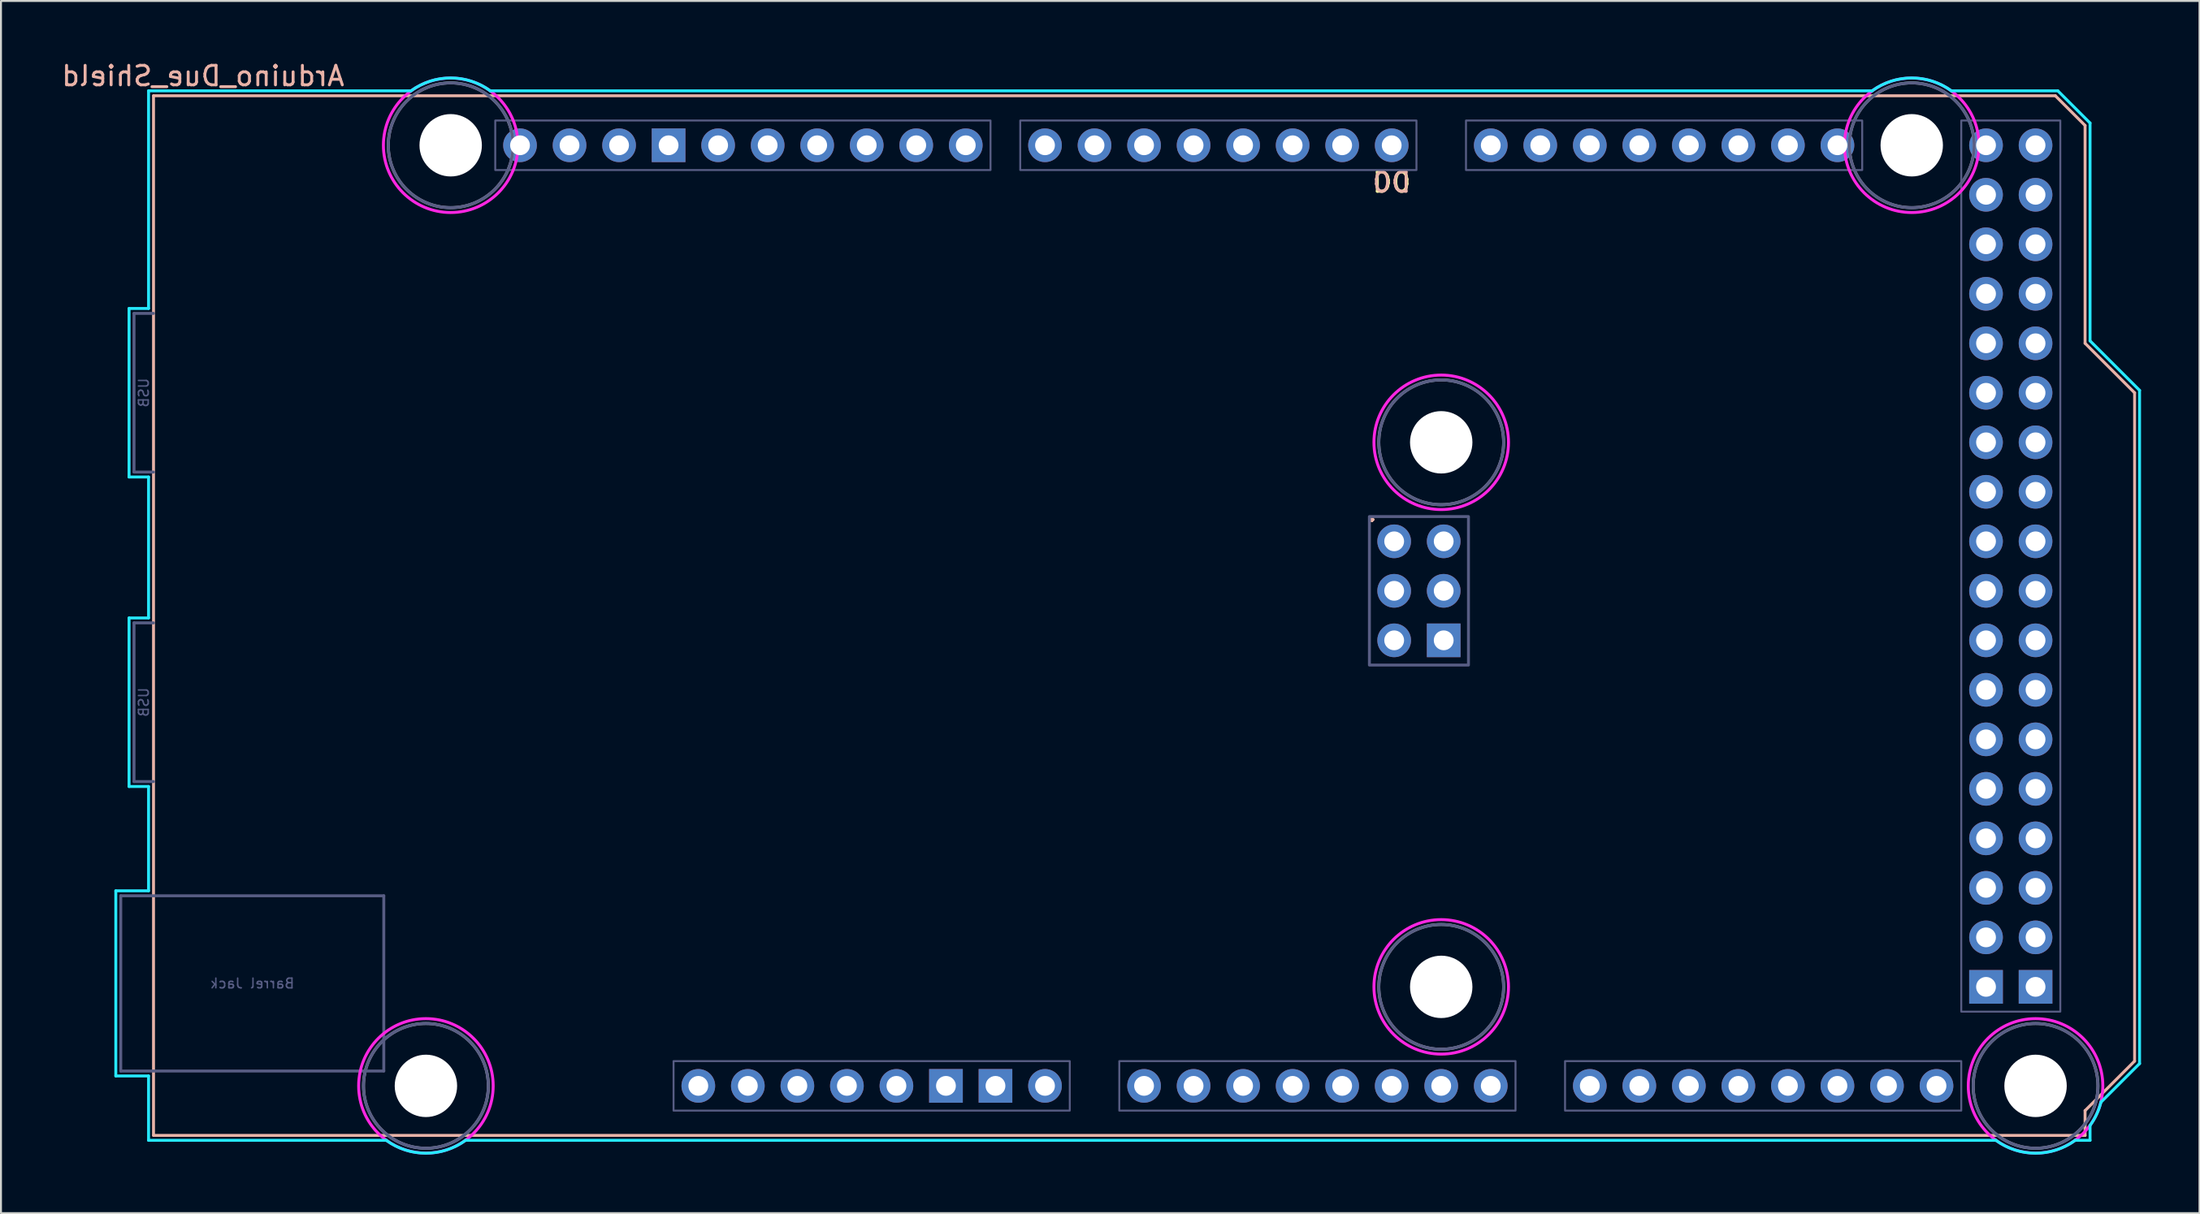
<source format=kicad_pcb>
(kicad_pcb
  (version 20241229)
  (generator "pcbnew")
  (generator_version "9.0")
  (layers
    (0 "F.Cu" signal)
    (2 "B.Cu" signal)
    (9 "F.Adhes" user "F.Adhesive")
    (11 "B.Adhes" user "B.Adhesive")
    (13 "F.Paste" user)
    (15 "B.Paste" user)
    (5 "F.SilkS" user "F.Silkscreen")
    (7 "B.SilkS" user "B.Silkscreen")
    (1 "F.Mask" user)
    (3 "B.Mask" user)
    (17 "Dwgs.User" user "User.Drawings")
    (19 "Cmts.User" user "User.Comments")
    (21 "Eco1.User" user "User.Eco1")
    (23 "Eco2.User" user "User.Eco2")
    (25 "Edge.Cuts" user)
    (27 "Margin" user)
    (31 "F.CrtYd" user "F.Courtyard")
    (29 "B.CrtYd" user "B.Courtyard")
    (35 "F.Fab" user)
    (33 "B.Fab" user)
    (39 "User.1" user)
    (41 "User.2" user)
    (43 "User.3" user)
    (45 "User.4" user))
  (footprint "Arduino_Due_Shield"
    (layer "F.Cu")
    (at 4.823 55.204)
    (property "Reference" "Arduino_Due_Shield" (at 2.54 -54.356 0) (layer "B.SilkS") (effects (font (size 1 1) (thickness 0.15)) (justify mirror)))
    (attr through_hole)
    (fp_line (start 0 -53.34) (end 0 0) (stroke (width 0.15) (type solid)) (layer "B.SilkS"))
    (fp_line (start 0 -53.34) (end 97.536 -53.34) (stroke (width 0.15) (type solid)) (layer "B.SilkS"))
    (fp_line (start 0 0) (end 99.06 0) (stroke (width 0.15) (type solid)) (layer "B.SilkS"))
    (fp_line (start 97.536 -53.34) (end 99.06 -51.816) (stroke (width 0.15) (type solid)) (layer "B.SilkS"))
    (fp_line (start 99.06 -40.64) (end 99.06 -51.816) (stroke (width 0.15) (type solid)) (layer "B.SilkS"))
    (fp_line (start 99.06 -1.27) (end 101.6 -3.81) (stroke (width 0.15) (type solid)) (layer "B.SilkS"))
    (fp_line (start 99.06 0) (end 99.06 -1.27) (stroke (width 0.15) (type solid)) (layer "B.SilkS"))
    (fp_line (start 101.6 -38.1) (end 99.06 -40.64) (stroke (width 0.15) (type solid)) (layer "B.SilkS"))
    (fp_line (start 101.6 -3.81) (end 101.6 -38.1) (stroke (width 0.15) (type solid)) (layer "B.SilkS"))
    (fp_line (start -1.934 -12.548) (end -1.934 -3.049) (stroke (width 0.15) (type solid)) (layer "B.CrtYd"))
    (fp_line (start -1.934 -12.548) (end -0.254 -12.548) (stroke (width 0.15) (type solid)) (layer "B.CrtYd"))
    (fp_line (start -1.934 -3.049) (end -0.254 -3.049) (stroke (width 0.15) (type solid)) (layer "B.CrtYd"))
    (fp_line (start -1.254 -42.428) (end -0.254 -42.428) (stroke (width 0.15) (type solid)) (layer "B.CrtYd"))
    (fp_line (start -1.254 -33.78) (end -1.254 -42.428) (stroke (width 0.15) (type solid)) (layer "B.CrtYd"))
    (fp_line (start -1.254 -33.78) (end -0.254 -33.78) (stroke (width 0.15) (type solid)) (layer "B.CrtYd"))
    (fp_line (start -1.254 -26.548) (end -0.254 -26.548) (stroke (width 0.15) (type solid)) (layer "B.CrtYd"))
    (fp_line (start -1.254 -17.9) (end -1.254 -26.548) (stroke (width 0.15) (type solid)) (layer "B.CrtYd"))
    (fp_line (start -1.254 -17.9) (end -0.254 -17.9) (stroke (width 0.15) (type solid)) (layer "B.CrtYd"))
    (fp_line (start -0.254 -53.594) (end -0.254 -42.428) (stroke (width 0.15) (type solid)) (layer "B.CrtYd"))
    (fp_line (start -0.254 -33.78) (end -0.254 -26.548) (stroke (width 0.15) (type solid)) (layer "B.CrtYd"))
    (fp_line (start -0.254 -17.9) (end -0.254 -12.548) (stroke (width 0.15) (type solid)) (layer "B.CrtYd"))
    (fp_line (start -0.254 -3.049) (end -0.254 0.254) (stroke (width 0.15) (type solid)) (layer "B.CrtYd"))
    (fp_line (start 11.938 0.254) (end -0.254 0.254) (stroke (width 0.15) (type solid)) (layer "B.CrtYd"))
    (fp_line (start 13.208 -53.594) (end -0.254 -53.594) (stroke (width 0.15) (type solid)) (layer "B.CrtYd"))
    (fp_line (start 16.002 0.254) (end 94.488 0.254) (stroke (width 0.15) (type solid)) (layer "B.CrtYd"))
    (fp_line (start 17.272 -53.594) (end 88.138 -53.594) (stroke (width 0.15) (type solid)) (layer "B.CrtYd"))
    (fp_line (start 97.663 -53.594) (end 92.202 -53.594) (stroke (width 0.15) (type solid)) (layer "B.CrtYd"))
    (fp_line (start 97.663 -53.594) (end 99.314 -51.943) (stroke (width 0.15) (type solid)) (layer "B.CrtYd"))
    (fp_line (start 99.314 -40.767) (end 99.314 -51.943) (stroke (width 0.15) (type solid)) (layer "B.CrtYd"))
    (fp_line (start 99.314 0.254) (end 98.552 0.254) (stroke (width 0.15) (type solid)) (layer "B.CrtYd"))
    (fp_line (start 99.314 0.254) (end 99.314 -0.508) (stroke (width 0.15) (type solid)) (layer "B.CrtYd"))
    (fp_line (start 99.873 -1.702) (end 101.854 -3.683) (stroke (width 0.15) (type solid)) (layer "B.CrtYd"))
    (fp_line (start 101.854 -38.227) (end 99.314 -40.767) (stroke (width 0.15) (type solid)) (layer "B.CrtYd"))
    (fp_line (start 101.854 -3.683) (end 101.854 -38.227) (stroke (width 0.15) (type solid)) (layer "B.CrtYd"))
    (fp_arc (start 13.208 -53.594) (mid 15.24 -54.254237) (end 17.272 -53.594) (stroke (width 0.15) (type solid)) (layer "B.CrtYd"))
    (fp_arc (start 16.002 0.254) (mid 13.97 0.914237) (end 11.938 0.254) (stroke (width 0.15) (type solid)) (layer "B.CrtYd"))
    (fp_arc (start 88.138 -53.594) (mid 90.17 -54.254237) (end 92.202 -53.594) (stroke (width 0.15) (type solid)) (layer "B.CrtYd"))
    (fp_arc (start 98.552 0.254) (mid 96.52 0.914237) (end 94.488 0.254) (stroke (width 0.15) (type solid)) (layer "B.CrtYd"))
    (fp_arc (start 99.8728 -1.7018) (mid 99.650917 -1.077977) (end 99.314 -0.508) (stroke (width 0.15) (type solid)) (layer "B.CrtYd"))
    (fp_circle (center 13.97 -2.54) (end 17.42 -2.54) (stroke (width 0.15) (type solid)) (fill no) (layer "F.CrtYd"))
    (fp_circle (center 15.24 -50.8) (end 18.69 -50.8) (stroke (width 0.15) (type solid)) (fill no) (layer "F.CrtYd"))
    (fp_circle (center 66.04 -35.56) (end 69.49 -35.56) (stroke (width 0.15) (type solid)) (fill no) (layer "F.CrtYd"))
    (fp_circle (center 66.04 -7.62) (end 69.49 -7.62) (stroke (width 0.15) (type solid)) (fill no) (layer "F.CrtYd"))
    (fp_circle (center 90.17 -50.8) (end 93.62 -50.8) (stroke (width 0.15) (type solid)) (fill no) (layer "F.CrtYd"))
    (fp_circle (center 96.52 -2.54) (end 99.97 -2.54) (stroke (width 0.15) (type solid)) (fill no) (layer "F.CrtYd"))
    (fp_line (start -1.68 -12.294) (end -1.68 -3.303) (stroke (width 0.15) (type solid)) (layer "B.Fab"))
    (fp_line (start -1.68 -12.294) (end 11.81 -12.294) (stroke (width 0.15) (type solid)) (layer "B.Fab"))
    (fp_line (start -1.68 -3.303) (end 11.81 -3.303) (stroke (width 0.15) (type solid)) (layer "B.Fab"))
    (fp_line (start -1 -42.174) (end 0 -42.174) (stroke (width 0.15) (type solid)) (layer "B.Fab"))
    (fp_line (start -1 -34.034) (end -1 -42.174) (stroke (width 0.15) (type solid)) (layer "B.Fab"))
    (fp_line (start -1 -26.294) (end 0 -26.294) (stroke (width 0.15) (type solid)) (layer "B.Fab"))
    (fp_line (start -1 -18.154) (end -1 -26.294) (stroke (width 0.15) (type solid)) (layer "B.Fab"))
    (fp_line (start 0 -34.034) (end -1 -34.034) (stroke (width 0.15) (type solid)) (layer "B.Fab"))
    (fp_line (start 0 -18.154) (end -1 -18.154) (stroke (width 0.15) (type solid)) (layer "B.Fab"))
    (fp_line (start 11.81 -12.294) (end 11.81 -3.303) (stroke (width 0.15) (type solid)) (layer "B.Fab"))
    (fp_rect (start 17.526 -52.07) (end 42.926 -49.53) (stroke (width 0.1) (type solid)) (fill no) (layer "B.Fab"))
    (fp_rect (start 26.67 -3.81) (end 46.99 -1.27) (stroke (width 0.1) (type solid)) (fill no) (layer "B.Fab"))
    (fp_rect (start 44.45 -52.07) (end 64.77 -49.53) (stroke (width 0.1) (type solid)) (fill no) (layer "B.Fab"))
    (fp_rect (start 49.53 -3.81) (end 69.85 -1.27) (stroke (width 0.1) (type solid)) (fill no) (layer "B.Fab"))
    (fp_rect (start 62.357 -31.75) (end 67.437 -24.13) (stroke (width 0.15) (type solid)) (fill no) (layer "B.Fab"))
    (fp_rect (start 67.31 -52.07) (end 87.63 -49.53) (stroke (width 0.1) (type solid)) (fill no) (layer "B.Fab"))
    (fp_rect (start 72.39 -3.81) (end 92.71 -1.27) (stroke (width 0.1) (type solid)) (fill no) (layer "B.Fab"))
    (fp_rect (start 92.71 -52.07) (end 97.79 -6.35) (stroke (width 0.1) (type solid)) (fill no) (layer "B.Fab"))
    (fp_circle (center 13.97 -2.54) (end 17.17 -2.54) (stroke (width 0.15) (type solid)) (fill no) (layer "B.Fab"))
    (fp_circle (center 15.24 -50.8) (end 18.44 -50.8) (stroke (width 0.15) (type solid)) (fill no) (layer "B.Fab"))
    (fp_circle (center 66.04 -35.56) (end 69.24 -35.56) (stroke (width 0.15) (type solid)) (fill no) (layer "B.Fab"))
    (fp_circle (center 66.04 -7.62) (end 69.24 -7.62) (stroke (width 0.15) (type solid)) (fill no) (layer "B.Fab"))
    (fp_circle (center 90.17 -50.8) (end 93.37 -50.8) (stroke (width 0.15) (type solid)) (fill no) (layer "B.Fab"))
    (fp_circle (center 96.52 -2.54) (end 99.72 -2.54) (stroke (width 0.15) (type solid)) (fill no) (layer "B.Fab"))
    (fp_circle (center 13.97 -2.54) (end 17.17 -2.54) (stroke (width 0.15) (type solid)) (fill no) (layer "F.Fab"))
    (fp_circle (center 15.24 -50.8) (end 18.44 -50.8) (stroke (width 0.15) (type solid)) (fill no) (layer "F.Fab"))
    (fp_circle (center 66.04 -35.56) (end 69.24 -35.56) (stroke (width 0.15) (type solid)) (fill no) (layer "F.Fab"))
    (fp_circle (center 66.04 -7.62) (end 69.24 -7.62) (stroke (width 0.15) (type solid)) (fill no) (layer "F.Fab"))
    (fp_circle (center 90.17 -50.8) (end 93.37 -50.8) (stroke (width 0.15) (type solid)) (fill no) (layer "F.Fab"))
    (fp_circle (center 96.52 -2.54) (end 99.72 -2.54) (stroke (width 0.15) (type solid)) (fill no) (layer "F.Fab"))
    (fp_text user "D0" (at 63.5 -48.895 0) (unlocked yes) (layer "F.SilkS") (effects (font (size 1 1) (thickness 0.15))))
    (fp_text user "." (at 62.484 -32.004 0) (layer "F.SilkS") (effects (font (size 1 1) (thickness 0.15))))
    (fp_text user "D0" (at 63.5 -48.895 0) (unlocked yes) (layer "B.SilkS") (effects (font (size 1 1) (thickness 0.15)) (justify mirror)))
    (fp_text user "." (at 62.484 -32.004 0) (layer "B.SilkS") (effects (font (size 1 1) (thickness 0.15))))
    (fp_text user "Barrel Jack" (at 5.065 -7.798 0) (layer "B.Fab") (effects (font (size 0.5 0.5) (thickness 0.075)) (justify mirror)))
    (fp_text user "USB" (at -0.5 -38.104 270) (layer "B.Fab") (effects (font (size 0.5 0.5) (thickness 0.075)) (justify mirror)))
    (fp_text user "USB" (at -0.5 -22.224 270) (layer "B.Fab") (effects (font (size 0.5 0.5) (thickness 0.075)) (justify mirror)))
    (pad "" np_thru_hole circle (at 13.97 -2.54) (size 3.2 3.2) (drill 3.2) (layers "*.Cu" "*.Mask"))
    (pad "" np_thru_hole circle (at 15.24 -50.8) (size 3.2 3.2) (drill 3.2) (layers "*.Cu" "*.Mask"))
    (pad "" thru_hole oval (at 27.94 -2.54) (size 1.727 1.727) (drill 1.016) (layers "*.Cu" "*.Mask"))
    (pad "" np_thru_hole circle (at 66.04 -35.56) (size 3.2 3.2) (drill 3.2) (layers "*.Cu" "*.Mask"))
    (pad "" np_thru_hole circle (at 66.04 -7.62) (size 3.2 3.2) (drill 3.2) (layers "*.Cu" "*.Mask"))
    (pad "" np_thru_hole circle (at 90.17 -50.8) (size 3.2 3.2) (drill 3.2) (layers "*.Cu" "*.Mask"))
    (pad "" np_thru_hole circle (at 96.52 -2.54) (size 3.2 3.2) (drill 3.2) (layers "*.Cu" "*.Mask"))
    (pad "3V3" thru_hole oval (at 35.56 -2.54) (size 1.727 1.727) (drill 1.016) (layers "*.Cu" "*.Mask"))
    (pad "5V1" thru_hole oval (at 38.1 -2.54) (size 1.727 1.727) (drill 1.016) (layers "*.Cu" "*.Mask"))
    (pad "5V2" thru_hole oval (at 66.167 -30.48) (size 1.727 1.727) (drill 1.016) (layers "*.Cu" "*.Mask"))
    (pad "5V3" thru_hole oval (at 93.98 -50.8) (size 1.727 1.727) (drill 1.016) (layers "*.Cu" "*.Mask"))
    (pad "5V4" thru_hole oval (at 96.52 -50.8) (size 1.727 1.727) (drill 1.016) (layers "*.Cu" "*.Mask"))
    (pad "A0" thru_hole oval (at 50.8 -2.54) (size 1.727 1.727) (drill 1.016) (layers "*.Cu" "*.Mask"))
    (pad "A1" thru_hole oval (at 53.34 -2.54) (size 1.727 1.727) (drill 1.016) (layers "*.Cu" "*.Mask"))
    (pad "A2" thru_hole oval (at 55.88 -2.54) (size 1.727 1.727) (drill 1.016) (layers "*.Cu" "*.Mask"))
    (pad "A3" thru_hole oval (at 58.42 -2.54) (size 1.727 1.727) (drill 1.016) (layers "*.Cu" "*.Mask"))
    (pad "A4" thru_hole oval (at 60.96 -2.54) (size 1.727 1.727) (drill 1.016) (layers "*.Cu" "*.Mask"))
    (pad "A5" thru_hole oval (at 63.5 -2.54) (size 1.727 1.727) (drill 1.016) (layers "*.Cu" "*.Mask"))
    (pad "A6" thru_hole oval (at 66.04 -2.54) (size 1.727 1.727) (drill 1.016) (layers "*.Cu" "*.Mask"))
    (pad "A7" thru_hole oval (at 68.58 -2.54) (size 1.727 1.727) (drill 1.016) (layers "*.Cu" "*.Mask"))
    (pad "A8" thru_hole oval (at 73.66 -2.54) (size 1.727 1.727) (drill 1.016) (layers "*.Cu" "*.Mask"))
    (pad "A9" thru_hole oval (at 76.2 -2.54) (size 1.727 1.727) (drill 1.016) (layers "*.Cu" "*.Mask"))
    (pad "A10" thru_hole oval (at 78.74 -2.54) (size 1.727 1.727) (drill 1.016) (layers "*.Cu" "*.Mask"))
    (pad "A11" thru_hole oval (at 81.28 -2.54) (size 1.727 1.727) (drill 1.016) (layers "*.Cu" "*.Mask"))
    (pad "AREF" thru_hole oval (at 23.876 -50.8) (size 1.727 1.727) (drill 1.016) (layers "*.Cu" "*.Mask"))
    (pad "CANR" thru_hole oval (at 88.9 -2.54) (size 1.727 1.727) (drill 1.016) (layers "*.Cu" "*.Mask"))
    (pad "CANT" thru_hole oval (at 91.44 -2.54) (size 1.727 1.727) (drill 1.016) (layers "*.Cu" "*.Mask"))
    (pad "D0" thru_hole oval (at 63.5 -50.8) (size 1.727 1.727) (drill 1.016) (layers "*.Cu" "*.Mask"))
    (pad "D1" thru_hole oval (at 60.96 -50.8) (size 1.727 1.727) (drill 1.016) (layers "*.Cu" "*.Mask"))
    (pad "D2" thru_hole oval (at 58.42 -50.8) (size 1.727 1.727) (drill 1.016) (layers "*.Cu" "*.Mask"))
    (pad "D3" thru_hole oval (at 55.88 -50.8) (size 1.727 1.727) (drill 1.016) (layers "*.Cu" "*.Mask"))
    (pad "D4" thru_hole oval (at 53.34 -50.8) (size 1.727 1.727) (drill 1.016) (layers "*.Cu" "*.Mask"))
    (pad "D5" thru_hole oval (at 50.8 -50.8) (size 1.727 1.727) (drill 1.016) (layers "*.Cu" "*.Mask"))
    (pad "D6" thru_hole oval (at 48.26 -50.8) (size 1.727 1.727) (drill 1.016) (layers "*.Cu" "*.Mask"))
    (pad "D7" thru_hole oval (at 45.72 -50.8) (size 1.727 1.727) (drill 1.016) (layers "*.Cu" "*.Mask"))
    (pad "D8" thru_hole oval (at 41.656 -50.8) (size 1.727 1.727) (drill 1.016) (layers "*.Cu" "*.Mask"))
    (pad "D9" thru_hole oval (at 39.116 -50.8) (size 1.727 1.727) (drill 1.016) (layers "*.Cu" "*.Mask"))
    (pad "D10" thru_hole oval (at 36.576 -50.8) (size 1.727 1.727) (drill 1.016) (layers "*.Cu" "*.Mask"))
    (pad "D11" thru_hole oval (at 34.036 -50.8) (size 1.727 1.727) (drill 1.016) (layers "*.Cu" "*.Mask"))
    (pad "D12" thru_hole oval (at 31.496 -50.8) (size 1.727 1.727) (drill 1.016) (layers "*.Cu" "*.Mask"))
    (pad "D13" thru_hole oval (at 28.956 -50.8) (size 1.727 1.727) (drill 1.016) (layers "*.Cu" "*.Mask"))
    (pad "D14" thru_hole oval (at 68.58 -50.8) (size 1.727 1.727) (drill 1.016) (layers "*.Cu" "*.Mask"))
    (pad "D15" thru_hole oval (at 71.12 -50.8) (size 1.727 1.727) (drill 1.016) (layers "*.Cu" "*.Mask"))
    (pad "D16" thru_hole oval (at 73.66 -50.8) (size 1.727 1.727) (drill 1.016) (layers "*.Cu" "*.Mask"))
    (pad "D17" thru_hole oval (at 76.2 -50.8) (size 1.727 1.727) (drill 1.016) (layers "*.Cu" "*.Mask"))
    (pad "D18" thru_hole oval (at 78.74 -50.8) (size 1.727 1.727) (drill 1.016) (layers "*.Cu" "*.Mask"))
    (pad "D19" thru_hole oval (at 81.28 -50.8) (size 1.727 1.727) (drill 1.016) (layers "*.Cu" "*.Mask"))
    (pad "D20" thru_hole oval (at 83.82 -50.8) (size 1.727 1.727) (drill 1.016) (layers "*.Cu" "*.Mask"))
    (pad "D21" thru_hole oval (at 86.36 -50.8) (size 1.727 1.727) (drill 1.016) (layers "*.Cu" "*.Mask"))
    (pad "D22" thru_hole oval (at 93.98 -48.26) (size 1.727 1.727) (drill 1.016) (layers "*.Cu" "*.Mask"))
    (pad "D23" thru_hole oval (at 96.52 -48.26) (size 1.727 1.727) (drill 1.016) (layers "*.Cu" "*.Mask"))
    (pad "D24" thru_hole oval (at 93.98 -45.72) (size 1.727 1.727) (drill 1.016) (layers "*.Cu" "*.Mask"))
    (pad "D25" thru_hole oval (at 96.52 -45.72) (size 1.727 1.727) (drill 1.016) (layers "*.Cu" "*.Mask"))
    (pad "D26" thru_hole oval (at 93.98 -43.18) (size 1.727 1.727) (drill 1.016) (layers "*.Cu" "*.Mask"))
    (pad "D27" thru_hole oval (at 96.52 -43.18) (size 1.727 1.727) (drill 1.016) (layers "*.Cu" "*.Mask"))
    (pad "D28" thru_hole oval (at 93.98 -40.64) (size 1.727 1.727) (drill 1.016) (layers "*.Cu" "*.Mask"))
    (pad "D29" thru_hole oval (at 96.52 -40.64) (size 1.727 1.727) (drill 1.016) (layers "*.Cu" "*.Mask"))
    (pad "D30" thru_hole oval (at 93.98 -38.1) (size 1.727 1.727) (drill 1.016) (layers "*.Cu" "*.Mask"))
    (pad "D31" thru_hole oval (at 96.52 -38.1) (size 1.727 1.727) (drill 1.016) (layers "*.Cu" "*.Mask"))
    (pad "D32" thru_hole oval (at 93.98 -35.56) (size 1.727 1.727) (drill 1.016) (layers "*.Cu" "*.Mask"))
    (pad "D33" thru_hole oval (at 96.52 -35.56) (size 1.727 1.727) (drill 1.016) (layers "*.Cu" "*.Mask"))
    (pad "D34" thru_hole oval (at 93.98 -33.02) (size 1.727 1.727) (drill 1.016) (layers "*.Cu" "*.Mask"))
    (pad "D35" thru_hole oval (at 96.52 -33.02) (size 1.727 1.727) (drill 1.016) (layers "*.Cu" "*.Mask"))
    (pad "D36" thru_hole oval (at 93.98 -30.48) (size 1.727 1.727) (drill 1.016) (layers "*.Cu" "*.Mask"))
    (pad "D37" thru_hole oval (at 96.52 -30.48) (size 1.727 1.727) (drill 1.016) (layers "*.Cu" "*.Mask"))
    (pad "D38" thru_hole oval (at 93.98 -27.94) (size 1.727 1.727) (drill 1.016) (layers "*.Cu" "*.Mask"))
    (pad "D39" thru_hole oval (at 96.52 -27.94) (size 1.727 1.727) (drill 1.016) (layers "*.Cu" "*.Mask"))
    (pad "D40" thru_hole oval (at 93.98 -25.4) (size 1.727 1.727) (drill 1.016) (layers "*.Cu" "*.Mask"))
    (pad "D41" thru_hole oval (at 96.52 -25.4) (size 1.727 1.727) (drill 1.016) (layers "*.Cu" "*.Mask"))
    (pad "D42" thru_hole oval (at 93.98 -22.86) (size 1.727 1.727) (drill 1.016) (layers "*.Cu" "*.Mask"))
    (pad "D43" thru_hole oval (at 96.52 -22.86) (size 1.727 1.727) (drill 1.016) (layers "*.Cu" "*.Mask"))
    (pad "D44" thru_hole oval (at 93.98 -20.32) (size 1.727 1.727) (drill 1.016) (layers "*.Cu" "*.Mask"))
    (pad "D45" thru_hole oval (at 96.52 -20.32) (size 1.727 1.727) (drill 1.016) (layers "*.Cu" "*.Mask"))
    (pad "D46" thru_hole oval (at 93.98 -17.78) (size 1.727 1.727) (drill 1.016) (layers "*.Cu" "*.Mask"))
    (pad "D47" thru_hole oval (at 96.52 -17.78) (size 1.727 1.727) (drill 1.016) (layers "*.Cu" "*.Mask"))
    (pad "D48" thru_hole oval (at 93.98 -15.24) (size 1.727 1.727) (drill 1.016) (layers "*.Cu" "*.Mask"))
    (pad "D49" thru_hole oval (at 96.52 -15.24) (size 1.727 1.727) (drill 1.016) (layers "*.Cu" "*.Mask"))
    (pad "D50" thru_hole oval (at 93.98 -12.7) (size 1.727 1.727) (drill 1.016) (layers "*.Cu" "*.Mask"))
    (pad "D51" thru_hole oval (at 96.52 -12.7) (size 1.727 1.727) (drill 1.016) (layers "*.Cu" "*.Mask"))
    (pad "D52" thru_hole oval (at 93.98 -10.16) (size 1.727 1.727) (drill 1.016) (layers "*.Cu" "*.Mask"))
    (pad "D53" thru_hole oval (at 96.52 -10.16) (size 1.727 1.727) (drill 1.016) (layers "*.Cu" "*.Mask"))
    (pad "DAC0" thru_hole oval (at 83.82 -2.54) (size 1.727 1.727) (drill 1.016) (layers "*.Cu" "*.Mask"))
    (pad "DAC1" thru_hole oval (at 86.36 -2.54) (size 1.727 1.727) (drill 1.016) (layers "*.Cu" "*.Mask"))
    (pad "GND1" thru_hole rect (at 26.416 -50.8) (size 1.727 1.727) (drill 1.016) (layers "*.Cu" "*.Mask"))
    (pad "GND2" thru_hole rect (at 40.64 -2.54) (size 1.727 1.727) (drill 1.016) (layers "*.Cu" "*.Mask"))
    (pad "GND3" thru_hole rect (at 43.18 -2.54) (size 1.727 1.727) (drill 1.016) (layers "*.Cu" "*.Mask"))
    (pad "GND4" thru_hole rect (at 66.167 -25.4) (size 1.727 1.727) (drill 1.016) (layers "*.Cu" "*.Mask"))
    (pad "GND5" thru_hole rect (at 93.98 -7.62) (size 1.727 1.727) (drill 1.016) (layers "*.Cu" "*.Mask"))
    (pad "GND6" thru_hole rect (at 96.52 -7.62) (size 1.727 1.727) (drill 1.016) (layers "*.Cu" "*.Mask"))
    (pad "IORF" thru_hole oval (at 30.48 -2.54) (size 1.727 1.727) (drill 1.016) (layers "*.Cu" "*.Mask"))
    (pad "MISO" thru_hole oval (at 63.627 -30.48) (size 1.727 1.727) (drill 1.016) (layers "*.Cu" "*.Mask"))
    (pad "MOSI" thru_hole oval (at 66.167 -27.94) (size 1.727 1.727) (drill 1.016) (layers "*.Cu" "*.Mask"))
    (pad "RST1" thru_hole oval (at 33.02 -2.54) (size 1.727 1.727) (drill 1.016) (layers "*.Cu" "*.Mask"))
    (pad "RST2" thru_hole oval (at 63.627 -25.4) (size 1.727 1.727) (drill 1.016) (layers "*.Cu" "*.Mask"))
    (pad "SCK" thru_hole oval (at 63.627 -27.94) (size 1.727 1.727) (drill 1.016) (layers "*.Cu" "*.Mask"))
    (pad "SCL1" thru_hole oval (at 18.796 -50.8) (size 1.727 1.727) (drill 1.016) (layers "*.Cu" "*.Mask"))
    (pad "SDA1" thru_hole oval (at 21.336 -50.8) (size 1.727 1.727) (drill 1.016) (layers "*.Cu" "*.Mask"))
    (pad "VIN" thru_hole oval (at 45.72 -2.54) (size 1.727 1.727) (drill 1.016) (layers "*.Cu" "*.Mask")))
  (gr_rect
    (start -3 -3)
    (end 109.752 59.193)
    (stroke (width 0.1) (type default))
    (fill no)
    (layer "Edge.Cuts")))
</source>
